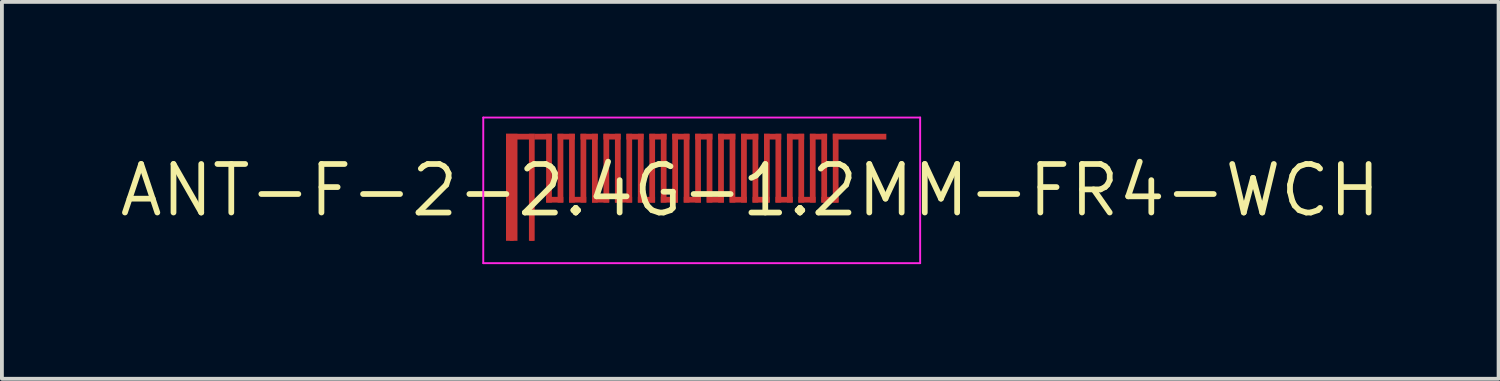
<source format=kicad_pcb>
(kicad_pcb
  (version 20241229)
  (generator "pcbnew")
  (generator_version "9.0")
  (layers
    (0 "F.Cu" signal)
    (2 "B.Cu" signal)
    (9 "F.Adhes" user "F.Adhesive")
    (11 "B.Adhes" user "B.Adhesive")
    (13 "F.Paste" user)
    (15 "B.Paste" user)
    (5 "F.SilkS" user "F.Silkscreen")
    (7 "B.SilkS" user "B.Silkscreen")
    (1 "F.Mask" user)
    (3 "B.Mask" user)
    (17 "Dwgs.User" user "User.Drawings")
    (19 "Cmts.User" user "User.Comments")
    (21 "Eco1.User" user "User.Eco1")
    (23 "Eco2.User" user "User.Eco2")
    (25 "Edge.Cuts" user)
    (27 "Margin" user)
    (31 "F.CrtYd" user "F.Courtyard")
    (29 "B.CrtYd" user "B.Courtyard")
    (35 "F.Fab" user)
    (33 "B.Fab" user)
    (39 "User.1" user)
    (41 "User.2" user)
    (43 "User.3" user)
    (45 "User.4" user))
  (footprint "ANT-F-2-2.4G-1.2MM-FR4-WCH"
    (layer "F.Cu")
    (at 15.308 1.93)
    (property "Reference" "ANT-F-2-2.4G-1.2MM-FR4-WCH" (at 1.27 0 0) (layer "F.SilkS") (effects (font (size 1.27 1.27) (thickness 0.15))))
    (attr exclude_from_pos_files exclude_from_bom)
    (fp_poly (pts (xy -5.12 1.32) (xy -4.82 1.32) (xy -4.82 -1.48) (xy -5.12 -1.48)) (stroke (width 0) (type solid)) (fill yes) (layer "F.Cu"))
    (fp_poly (pts (xy -4.52 1.32) (xy -4.37 1.32) (xy -4.37 -1.48) (xy -4.52 -1.48)) (stroke (width 0) (type solid)) (fill yes) (layer "F.Cu"))
    (fp_poly (pts (xy -4.37 -1.33) (xy -3.92 -1.33) (xy -3.92 -1.48) (xy -4.37 -1.48)) (stroke (width 0) (type solid)) (fill yes) (layer "F.Cu"))
    (fp_poly (pts (xy -4.37 -1.33) (xy -4.37 -1.48) (xy -5.12 -1.48) (xy -5.12 -1.33)) (stroke (width 0) (type solid)) (fill yes) (layer "F.Cu"))
    (fp_poly (pts (xy -4.07 0.32) (xy -3.92 0.32) (xy -3.92 -1.48) (xy -4.07 -1.48)) (stroke (width 0) (type solid)) (fill yes) (layer "F.Cu"))
    (fp_poly (pts (xy -4.07 0.32) (xy -3.62 0.32) (xy -3.62 0.17) (xy -4.07 0.17)) (stroke (width 0) (type solid)) (fill yes) (layer "F.Cu"))
    (fp_poly (pts (xy -3.77 0.32) (xy -3.62 0.32) (xy -3.62 -1.48) (xy -3.77 -1.48)) (stroke (width 0) (type solid)) (fill yes) (layer "F.Cu"))
    (fp_poly (pts (xy -3.77 -1.33) (xy -3.32 -1.33) (xy -3.32 -1.48) (xy -3.77 -1.48)) (stroke (width 0) (type solid)) (fill yes) (layer "F.Cu"))
    (fp_poly (pts (xy -3.47 0.32) (xy -3.32 0.32) (xy -3.32 -1.48) (xy -3.47 -1.48)) (stroke (width 0) (type solid)) (fill yes) (layer "F.Cu"))
    (fp_poly (pts (xy -3.47 0.32) (xy -3.02 0.32) (xy -3.02 0.17) (xy -3.47 0.17)) (stroke (width 0) (type solid)) (fill yes) (layer "F.Cu"))
    (fp_poly (pts (xy -3.17 -1.33) (xy -2.72 -1.33) (xy -2.72 -1.48) (xy -3.17 -1.48)) (stroke (width 0) (type solid)) (fill yes) (layer "F.Cu"))
    (fp_poly (pts (xy -3.17 0.32) (xy -3.02 0.32) (xy -3.02 -1.48) (xy -3.17 -1.48)) (stroke (width 0) (type solid)) (fill yes) (layer "F.Cu"))
    (fp_poly (pts (xy -2.87 0.32) (xy -2.72 0.32) (xy -2.72 -1.48) (xy -2.87 -1.48)) (stroke (width 0) (type solid)) (fill yes) (layer "F.Cu"))
    (fp_poly (pts (xy -2.87 0.32) (xy -2.42 0.32) (xy -2.42 0.17) (xy -2.87 0.17)) (stroke (width 0) (type solid)) (fill yes) (layer "F.Cu"))
    (fp_poly (pts (xy -2.57 0.32) (xy -2.42 0.32) (xy -2.42 -1.48) (xy -2.57 -1.48)) (stroke (width 0) (type solid)) (fill yes) (layer "F.Cu"))
    (fp_poly (pts (xy -2.57 -1.33) (xy -2.12 -1.33) (xy -2.12 -1.48) (xy -2.57 -1.48)) (stroke (width 0) (type solid)) (fill yes) (layer "F.Cu"))
    (fp_poly (pts (xy -2.27 0.32) (xy -2.12 0.32) (xy -2.12 -1.48) (xy -2.27 -1.48)) (stroke (width 0) (type solid)) (fill yes) (layer "F.Cu"))
    (fp_poly (pts (xy -2.27 0.32) (xy -1.82 0.32) (xy -1.82 0.17) (xy -2.27 0.17)) (stroke (width 0) (type solid)) (fill yes) (layer "F.Cu"))
    (fp_poly (pts (xy -1.97 0.32) (xy -1.82 0.32) (xy -1.82 -1.48) (xy -1.97 -1.48)) (stroke (width 0) (type solid)) (fill yes) (layer "F.Cu"))
    (fp_poly (pts (xy -1.97 -1.33) (xy -1.52 -1.33) (xy -1.52 -1.48) (xy -1.97 -1.48)) (stroke (width 0) (type solid)) (fill yes) (layer "F.Cu"))
    (fp_poly (pts (xy -1.67 0.32) (xy -1.52 0.32) (xy -1.52 -1.48) (xy -1.67 -1.48)) (stroke (width 0) (type solid)) (fill yes) (layer "F.Cu"))
    (fp_poly (pts (xy -1.67 0.32) (xy -1.22 0.32) (xy -1.22 0.17) (xy -1.67 0.17)) (stroke (width 0) (type solid)) (fill yes) (layer "F.Cu"))
    (fp_poly (pts (xy -1.37 0.32) (xy -1.22 0.32) (xy -1.22 -1.48) (xy -1.37 -1.48)) (stroke (width 0) (type solid)) (fill yes) (layer "F.Cu"))
    (fp_poly (pts (xy -1.37 -1.33) (xy -0.92 -1.33) (xy -0.92 -1.48) (xy -1.37 -1.48)) (stroke (width 0) (type solid)) (fill yes) (layer "F.Cu"))
    (fp_poly (pts (xy -1.07 0.32) (xy -0.92 0.32) (xy -0.92 -1.48) (xy -1.07 -1.48)) (stroke (width 0) (type solid)) (fill yes) (layer "F.Cu"))
    (fp_poly (pts (xy -1.07 0.32) (xy -0.62 0.32) (xy -0.62 0.17) (xy -1.07 0.17)) (stroke (width 0) (type solid)) (fill yes) (layer "F.Cu"))
    (fp_poly (pts (xy -0.77 0.32) (xy -0.62 0.32) (xy -0.62 -1.48) (xy -0.77 -1.48)) (stroke (width 0) (type solid)) (fill yes) (layer "F.Cu"))
    (fp_poly (pts (xy -0.77 -1.33) (xy -0.32 -1.33) (xy -0.32 -1.48) (xy -0.77 -1.48)) (stroke (width 0) (type solid)) (fill yes) (layer "F.Cu"))
    (fp_poly (pts (xy -0.47 0.32) (xy -0.32 0.32) (xy -0.32 -1.48) (xy -0.47 -1.48)) (stroke (width 0) (type solid)) (fill yes) (layer "F.Cu"))
    (fp_poly (pts (xy -0.47 0.32) (xy -0.02 0.32) (xy -0.02 0.17) (xy -0.47 0.17)) (stroke (width 0) (type solid)) (fill yes) (layer "F.Cu"))
    (fp_poly (pts (xy -0.17 0.32) (xy -0.02 0.32) (xy -0.02 -1.48) (xy -0.17 -1.48)) (stroke (width 0) (type solid)) (fill yes) (layer "F.Cu"))
    (fp_poly (pts (xy -0.17 -1.33) (xy 0.28 -1.33) (xy 0.28 -1.48) (xy -0.17 -1.48)) (stroke (width 0) (type solid)) (fill yes) (layer "F.Cu"))
    (fp_poly (pts (xy 0.13 0.32) (xy 0.28 0.32) (xy 0.28 -1.48) (xy 0.13 -1.48)) (stroke (width 0) (type solid)) (fill yes) (layer "F.Cu"))
    (fp_poly (pts (xy 0.13 0.32) (xy 0.58 0.32) (xy 0.58 0.17) (xy 0.13 0.17)) (stroke (width 0) (type solid)) (fill yes) (layer "F.Cu"))
    (fp_poly (pts (xy 0.43 0.32) (xy 0.58 0.32) (xy 0.58 -1.48) (xy 0.43 -1.48)) (stroke (width 0) (type solid)) (fill yes) (layer "F.Cu"))
    (fp_poly (pts (xy 0.43 -1.33) (xy 0.88 -1.33) (xy 0.88 -1.48) (xy 0.43 -1.48)) (stroke (width 0) (type solid)) (fill yes) (layer "F.Cu"))
    (fp_poly (pts (xy 0.73 0.32) (xy 0.88 0.32) (xy 0.88 -1.48) (xy 0.73 -1.48)) (stroke (width 0) (type solid)) (fill yes) (layer "F.Cu"))
    (fp_poly (pts (xy 0.73 0.32) (xy 1.18 0.32) (xy 1.18 0.17) (xy 0.73 0.17)) (stroke (width 0) (type solid)) (fill yes) (layer "F.Cu"))
    (fp_poly (pts (xy 1.03 0.32) (xy 1.18 0.32) (xy 1.18 -1.48) (xy 1.03 -1.48)) (stroke (width 0) (type solid)) (fill yes) (layer "F.Cu"))
    (fp_poly (pts (xy 1.03 -1.33) (xy 1.48 -1.33) (xy 1.48 -1.48) (xy 1.03 -1.48)) (stroke (width 0) (type solid)) (fill yes) (layer "F.Cu"))
    (fp_poly (pts (xy 1.33 0.32) (xy 1.48 0.32) (xy 1.48 -1.48) (xy 1.33 -1.48)) (stroke (width 0) (type solid)) (fill yes) (layer "F.Cu"))
    (fp_poly (pts (xy 1.33 0.32) (xy 1.78 0.32) (xy 1.78 0.17) (xy 1.33 0.17)) (stroke (width 0) (type solid)) (fill yes) (layer "F.Cu"))
    (fp_poly (pts (xy 1.63 0.32) (xy 1.78 0.32) (xy 1.78 -1.48) (xy 1.63 -1.48)) (stroke (width 0) (type solid)) (fill yes) (layer "F.Cu"))
    (fp_poly (pts (xy 1.63 -1.33) (xy 2.08 -1.33) (xy 2.08 -1.48) (xy 1.63 -1.48)) (stroke (width 0) (type solid)) (fill yes) (layer "F.Cu"))
    (fp_poly (pts (xy 1.93 0.32) (xy 2.08 0.32) (xy 2.08 -1.48) (xy 1.93 -1.48)) (stroke (width 0) (type solid)) (fill yes) (layer "F.Cu"))
    (fp_poly (pts (xy 1.93 0.32) (xy 2.38 0.32) (xy 2.38 0.17) (xy 1.93 0.17)) (stroke (width 0) (type solid)) (fill yes) (layer "F.Cu"))
    (fp_poly (pts (xy 2.23 0.32) (xy 2.38 0.32) (xy 2.38 -1.48) (xy 2.23 -1.48)) (stroke (width 0) (type solid)) (fill yes) (layer "F.Cu"))
    (fp_poly (pts (xy 2.23 -1.33) (xy 2.68 -1.33) (xy 2.68 -1.48) (xy 2.23 -1.48)) (stroke (width 0) (type solid)) (fill yes) (layer "F.Cu"))
    (fp_poly (pts (xy 2.53 0.32) (xy 2.68 0.32) (xy 2.68 -1.48) (xy 2.53 -1.48)) (stroke (width 0) (type solid)) (fill yes) (layer "F.Cu"))
    (fp_poly (pts (xy 2.53 0.32) (xy 2.98 0.32) (xy 2.98 0.17) (xy 2.53 0.17)) (stroke (width 0) (type solid)) (fill yes) (layer "F.Cu"))
    (fp_poly (pts (xy 2.83 0.32) (xy 2.98 0.32) (xy 2.98 -1.48) (xy 2.83 -1.48)) (stroke (width 0) (type solid)) (fill yes) (layer "F.Cu"))
    (fp_poly (pts (xy 2.83 -1.33) (xy 3.28 -1.33) (xy 3.28 -1.48) (xy 2.83 -1.48)) (stroke (width 0) (type solid)) (fill yes) (layer "F.Cu"))
    (fp_poly (pts (xy 3.13 0.32) (xy 3.28 0.32) (xy 3.28 -1.48) (xy 3.13 -1.48)) (stroke (width 0) (type solid)) (fill yes) (layer "F.Cu"))
    (fp_poly (pts (xy 3.13 0.32) (xy 3.58 0.32) (xy 3.58 0.17) (xy 3.13 0.17)) (stroke (width 0) (type solid)) (fill yes) (layer "F.Cu"))
    (fp_poly (pts (xy 3.43 0.32) (xy 3.58 0.32) (xy 3.58 -1.48) (xy 3.43 -1.48)) (stroke (width 0) (type solid)) (fill yes) (layer "F.Cu"))
    (fp_poly (pts (xy 3.43 -1.33) (xy 4.83 -1.33) (xy 4.83 -1.48) (xy 3.43 -1.48)) (stroke (width 0) (type solid)) (fill yes) (layer "F.Cu"))
    (fp_poly (pts (xy -5.12 1.32) (xy -4.82 1.32) (xy -4.82 -1.48) (xy -5.12 -1.48)) (stroke (width 0) (type solid)) (fill yes) (layer "F.Mask"))
    (fp_poly (pts (xy -4.52 1.32) (xy -4.37 1.32) (xy -4.37 -1.48) (xy -4.52 -1.48)) (stroke (width 0) (type solid)) (fill yes) (layer "F.Mask"))
    (fp_poly (pts (xy -4.37 -1.33) (xy -3.92 -1.33) (xy -3.92 -1.48) (xy -4.37 -1.48)) (stroke (width 0) (type solid)) (fill yes) (layer "F.Mask"))
    (fp_poly (pts (xy -4.37 -1.33) (xy -4.37 -1.48) (xy -5.12 -1.48) (xy -5.12 -1.33)) (stroke (width 0) (type solid)) (fill yes) (layer "F.Mask"))
    (fp_poly (pts (xy -4.07 0.32) (xy -3.92 0.32) (xy -3.92 -1.48) (xy -4.07 -1.48)) (stroke (width 0) (type solid)) (fill yes) (layer "F.Mask"))
    (fp_poly (pts (xy -4.07 0.32) (xy -3.62 0.32) (xy -3.62 0.17) (xy -4.07 0.17)) (stroke (width 0) (type solid)) (fill yes) (layer "F.Mask"))
    (fp_poly (pts (xy -3.77 0.32) (xy -3.62 0.32) (xy -3.62 -1.48) (xy -3.77 -1.48)) (stroke (width 0) (type solid)) (fill yes) (layer "F.Mask"))
    (fp_poly (pts (xy -3.77 -1.33) (xy -3.32 -1.33) (xy -3.32 -1.48) (xy -3.77 -1.48)) (stroke (width 0) (type solid)) (fill yes) (layer "F.Mask"))
    (fp_poly (pts (xy -3.47 0.32) (xy -3.32 0.32) (xy -3.32 -1.48) (xy -3.47 -1.48)) (stroke (width 0) (type solid)) (fill yes) (layer "F.Mask"))
    (fp_poly (pts (xy -3.47 0.32) (xy -3.02 0.32) (xy -3.02 0.17) (xy -3.47 0.17)) (stroke (width 0) (type solid)) (fill yes) (layer "F.Mask"))
    (fp_poly (pts (xy -3.17 -1.33) (xy -2.72 -1.33) (xy -2.72 -1.48) (xy -3.17 -1.48)) (stroke (width 0) (type solid)) (fill yes) (layer "F.Mask"))
    (fp_poly (pts (xy -3.17 0.32) (xy -3.02 0.32) (xy -3.02 -1.48) (xy -3.17 -1.48)) (stroke (width 0) (type solid)) (fill yes) (layer "F.Mask"))
    (fp_poly (pts (xy -2.87 0.32) (xy -2.72 0.32) (xy -2.72 -1.48) (xy -2.87 -1.48)) (stroke (width 0) (type solid)) (fill yes) (layer "F.Mask"))
    (fp_poly (pts (xy -2.87 0.32) (xy -2.42 0.32) (xy -2.42 0.17) (xy -2.87 0.17)) (stroke (width 0) (type solid)) (fill yes) (layer "F.Mask"))
    (fp_poly (pts (xy -2.57 0.32) (xy -2.42 0.32) (xy -2.42 -1.48) (xy -2.57 -1.48)) (stroke (width 0) (type solid)) (fill yes) (layer "F.Mask"))
    (fp_poly (pts (xy -2.57 -1.33) (xy -2.12 -1.33) (xy -2.12 -1.48) (xy -2.57 -1.48)) (stroke (width 0) (type solid)) (fill yes) (layer "F.Mask"))
    (fp_poly (pts (xy -2.27 0.32) (xy -2.12 0.32) (xy -2.12 -1.48) (xy -2.27 -1.48)) (stroke (width 0) (type solid)) (fill yes) (layer "F.Mask"))
    (fp_poly (pts (xy -2.27 0.32) (xy -1.82 0.32) (xy -1.82 0.17) (xy -2.27 0.17)) (stroke (width 0) (type solid)) (fill yes) (layer "F.Mask"))
    (fp_poly (pts (xy -1.97 0.32) (xy -1.82 0.32) (xy -1.82 -1.48) (xy -1.97 -1.48)) (stroke (width 0) (type solid)) (fill yes) (layer "F.Mask"))
    (fp_poly (pts (xy -1.97 -1.33) (xy -1.52 -1.33) (xy -1.52 -1.48) (xy -1.97 -1.48)) (stroke (width 0) (type solid)) (fill yes) (layer "F.Mask"))
    (fp_poly (pts (xy -1.67 0.32) (xy -1.52 0.32) (xy -1.52 -1.48) (xy -1.67 -1.48)) (stroke (width 0) (type solid)) (fill yes) (layer "F.Mask"))
    (fp_poly (pts (xy -1.67 0.32) (xy -1.22 0.32) (xy -1.22 0.17) (xy -1.67 0.17)) (stroke (width 0) (type solid)) (fill yes) (layer "F.Mask"))
    (fp_poly (pts (xy -1.37 0.32) (xy -1.22 0.32) (xy -1.22 -1.48) (xy -1.37 -1.48)) (stroke (width 0) (type solid)) (fill yes) (layer "F.Mask"))
    (fp_poly (pts (xy -1.37 -1.33) (xy -0.92 -1.33) (xy -0.92 -1.48) (xy -1.37 -1.48)) (stroke (width 0) (type solid)) (fill yes) (layer "F.Mask"))
    (fp_poly (pts (xy -1.07 0.32) (xy -0.92 0.32) (xy -0.92 -1.48) (xy -1.07 -1.48)) (stroke (width 0) (type solid)) (fill yes) (layer "F.Mask"))
    (fp_poly (pts (xy -1.07 0.32) (xy -0.62 0.32) (xy -0.62 0.17) (xy -1.07 0.17)) (stroke (width 0) (type solid)) (fill yes) (layer "F.Mask"))
    (fp_poly (pts (xy -0.77 0.32) (xy -0.62 0.32) (xy -0.62 -1.48) (xy -0.77 -1.48)) (stroke (width 0) (type solid)) (fill yes) (layer "F.Mask"))
    (fp_poly (pts (xy -0.77 -1.33) (xy -0.32 -1.33) (xy -0.32 -1.48) (xy -0.77 -1.48)) (stroke (width 0) (type solid)) (fill yes) (layer "F.Mask"))
    (fp_poly (pts (xy -0.47 0.32) (xy -0.32 0.32) (xy -0.32 -1.48) (xy -0.47 -1.48)) (stroke (width 0) (type solid)) (fill yes) (layer "F.Mask"))
    (fp_poly (pts (xy -0.47 0.32) (xy -0.02 0.32) (xy -0.02 0.17) (xy -0.47 0.17)) (stroke (width 0) (type solid)) (fill yes) (layer "F.Mask"))
    (fp_poly (pts (xy -0.17 0.32) (xy -0.02 0.32) (xy -0.02 -1.48) (xy -0.17 -1.48)) (stroke (width 0) (type solid)) (fill yes) (layer "F.Mask"))
    (fp_poly (pts (xy -0.17 -1.33) (xy 0.28 -1.33) (xy 0.28 -1.48) (xy -0.17 -1.48)) (stroke (width 0) (type solid)) (fill yes) (layer "F.Mask"))
    (fp_poly (pts (xy 0.13 0.32) (xy 0.28 0.32) (xy 0.28 -1.48) (xy 0.13 -1.48)) (stroke (width 0) (type solid)) (fill yes) (layer "F.Mask"))
    (fp_poly (pts (xy 0.13 0.32) (xy 0.58 0.32) (xy 0.58 0.17) (xy 0.13 0.17)) (stroke (width 0) (type solid)) (fill yes) (layer "F.Mask"))
    (fp_poly (pts (xy 0.43 0.32) (xy 0.58 0.32) (xy 0.58 -1.48) (xy 0.43 -1.48)) (stroke (width 0) (type solid)) (fill yes) (layer "F.Mask"))
    (fp_poly (pts (xy 0.43 -1.33) (xy 0.88 -1.33) (xy 0.88 -1.48) (xy 0.43 -1.48)) (stroke (width 0) (type solid)) (fill yes) (layer "F.Mask"))
    (fp_poly (pts (xy 0.73 0.32) (xy 0.88 0.32) (xy 0.88 -1.48) (xy 0.73 -1.48)) (stroke (width 0) (type solid)) (fill yes) (layer "F.Mask"))
    (fp_poly (pts (xy 0.73 0.32) (xy 1.18 0.32) (xy 1.18 0.17) (xy 0.73 0.17)) (stroke (width 0) (type solid)) (fill yes) (layer "F.Mask"))
    (fp_poly (pts (xy 1.03 0.32) (xy 1.18 0.32) (xy 1.18 -1.48) (xy 1.03 -1.48)) (stroke (width 0) (type solid)) (fill yes) (layer "F.Mask"))
    (fp_poly (pts (xy 1.03 -1.33) (xy 1.48 -1.33) (xy 1.48 -1.48) (xy 1.03 -1.48)) (stroke (width 0) (type solid)) (fill yes) (layer "F.Mask"))
    (fp_poly (pts (xy 1.33 0.32) (xy 1.48 0.32) (xy 1.48 -1.48) (xy 1.33 -1.48)) (stroke (width 0) (type solid)) (fill yes) (layer "F.Mask"))
    (fp_poly (pts (xy 1.33 0.32) (xy 1.78 0.32) (xy 1.78 0.17) (xy 1.33 0.17)) (stroke (width 0) (type solid)) (fill yes) (layer "F.Mask"))
    (fp_poly (pts (xy 1.63 0.32) (xy 1.78 0.32) (xy 1.78 -1.48) (xy 1.63 -1.48)) (stroke (width 0) (type solid)) (fill yes) (layer "F.Mask"))
    (fp_poly (pts (xy 1.63 -1.33) (xy 2.08 -1.33) (xy 2.08 -1.48) (xy 1.63 -1.48)) (stroke (width 0) (type solid)) (fill yes) (layer "F.Mask"))
    (fp_poly (pts (xy 1.93 0.32) (xy 2.08 0.32) (xy 2.08 -1.48) (xy 1.93 -1.48)) (stroke (width 0) (type solid)) (fill yes) (layer "F.Mask"))
    (fp_poly (pts (xy 1.93 0.32) (xy 2.38 0.32) (xy 2.38 0.17) (xy 1.93 0.17)) (stroke (width 0) (type solid)) (fill yes) (layer "F.Mask"))
    (fp_poly (pts (xy 2.23 0.32) (xy 2.38 0.32) (xy 2.38 -1.48) (xy 2.23 -1.48)) (stroke (width 0) (type solid)) (fill yes) (layer "F.Mask"))
    (fp_poly (pts (xy 2.23 -1.33) (xy 2.68 -1.33) (xy 2.68 -1.48) (xy 2.23 -1.48)) (stroke (width 0) (type solid)) (fill yes) (layer "F.Mask"))
    (fp_poly (pts (xy 2.53 0.32) (xy 2.68 0.32) (xy 2.68 -1.48) (xy 2.53 -1.48)) (stroke (width 0) (type solid)) (fill yes) (layer "F.Mask"))
    (fp_poly (pts (xy 2.53 0.32) (xy 2.98 0.32) (xy 2.98 0.17) (xy 2.53 0.17)) (stroke (width 0) (type solid)) (fill yes) (layer "F.Mask"))
    (fp_poly (pts (xy 2.83 0.32) (xy 2.98 0.32) (xy 2.98 -1.48) (xy 2.83 -1.48)) (stroke (width 0) (type solid)) (fill yes) (layer "F.Mask"))
    (fp_poly (pts (xy 2.83 -1.33) (xy 3.28 -1.33) (xy 3.28 -1.48) (xy 2.83 -1.48)) (stroke (width 0) (type solid)) (fill yes) (layer "F.Mask"))
    (fp_poly (pts (xy 3.13 0.32) (xy 3.28 0.32) (xy 3.28 -1.48) (xy 3.13 -1.48)) (stroke (width 0) (type solid)) (fill yes) (layer "F.Mask"))
    (fp_poly (pts (xy 3.13 0.32) (xy 3.58 0.32) (xy 3.58 0.17) (xy 3.13 0.17)) (stroke (width 0) (type solid)) (fill yes) (layer "F.Mask"))
    (fp_poly (pts (xy 3.43 0.32) (xy 3.58 0.32) (xy 3.58 -1.48) (xy 3.43 -1.48)) (stroke (width 0) (type solid)) (fill yes) (layer "F.Mask"))
    (fp_poly (pts (xy 3.43 -1.33) (xy 4.83 -1.33) (xy 4.83 -1.48) (xy 3.43 -1.48)) (stroke (width 0) (type solid)) (fill yes) (layer "F.Mask"))
    (fp_line (start -5.715 -1.905) (end -5.715 1.905) (stroke (width 0.05) (type solid)) (layer "F.CrtYd"))
    (fp_line (start -5.715 1.905) (end 5.715 1.905) (stroke (width 0.05) (type solid)) (layer "F.CrtYd"))
    (fp_line (start 5.715 -1.905) (end -5.715 -1.905) (stroke (width 0.05) (type solid)) (layer "F.CrtYd"))
    (fp_line (start 5.715 1.905) (end 5.715 -1.905) (stroke (width 0.05) (type solid)) (layer "F.CrtYd"))
    (pad "1" smd rect (at -4.445 1.27) (size 0.1 0.1) (layers "F.Cu"))
    (pad "2" smd rect (at -4.97 1.27) (size 0.1 0.1) (layers "F.Cu")))
  (gr_rect
    (start -3 -3)
    (end 36.156 6.86)
    (stroke (width 0.1) (type default))
    (fill no)
    (layer "Edge.Cuts")))
</source>
